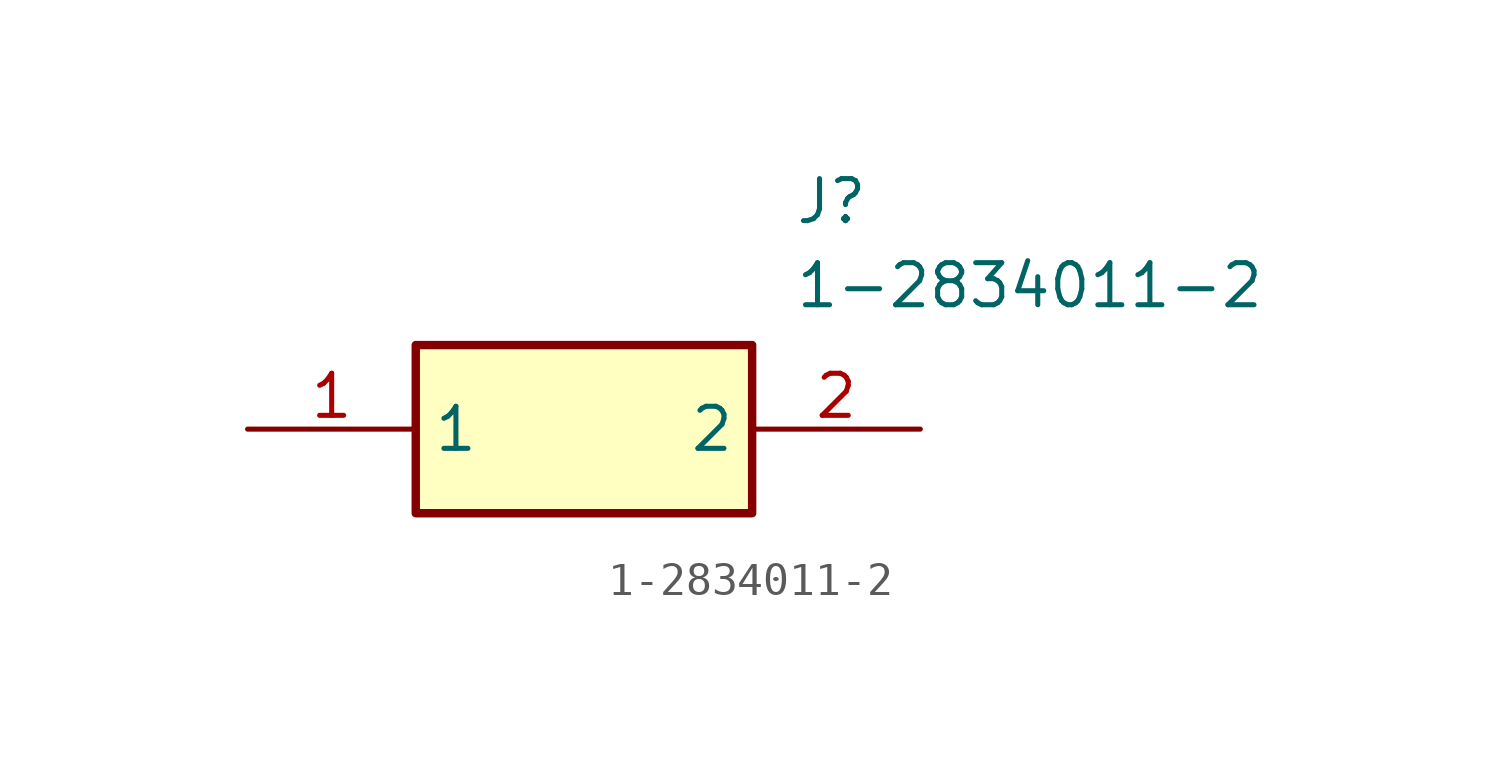
<source format=kicad_sym>
(kicad_symbol_lib
  (version 20211014)
  (generator SamacSys_ECAD_Model)
  (symbol "1-2834011-2"
    (property "Reference" "J"
      (at 16.51 7.62 0)
      (effects (font (size 1.27 1.27)) (justify left top)))
    (property "Value" "1-2834011-2"
      (at 16.51 5.08 0)
      (effects (font (size 1.27 1.27)) (justify left top)))
    (rectangle
      (start 5.08 2.54)
      (end 15.24 -2.54)
      (stroke (width 0.254) (type default))
      (fill (type background)))
    (pin passive line
      (at 0 0 0)
      (length 5.08)
      (name "1" (effects (font (size 1.27 1.27))))
      (number "1" (effects (font (size 1.27 1.27)))))
    (pin passive line
      (at 20.32 0 180)
      (length 5.08)
      (name "2" (effects (font (size 1.27 1.27))))
      (number "2" (effects (font (size 1.27 1.27)))))))
</source>
